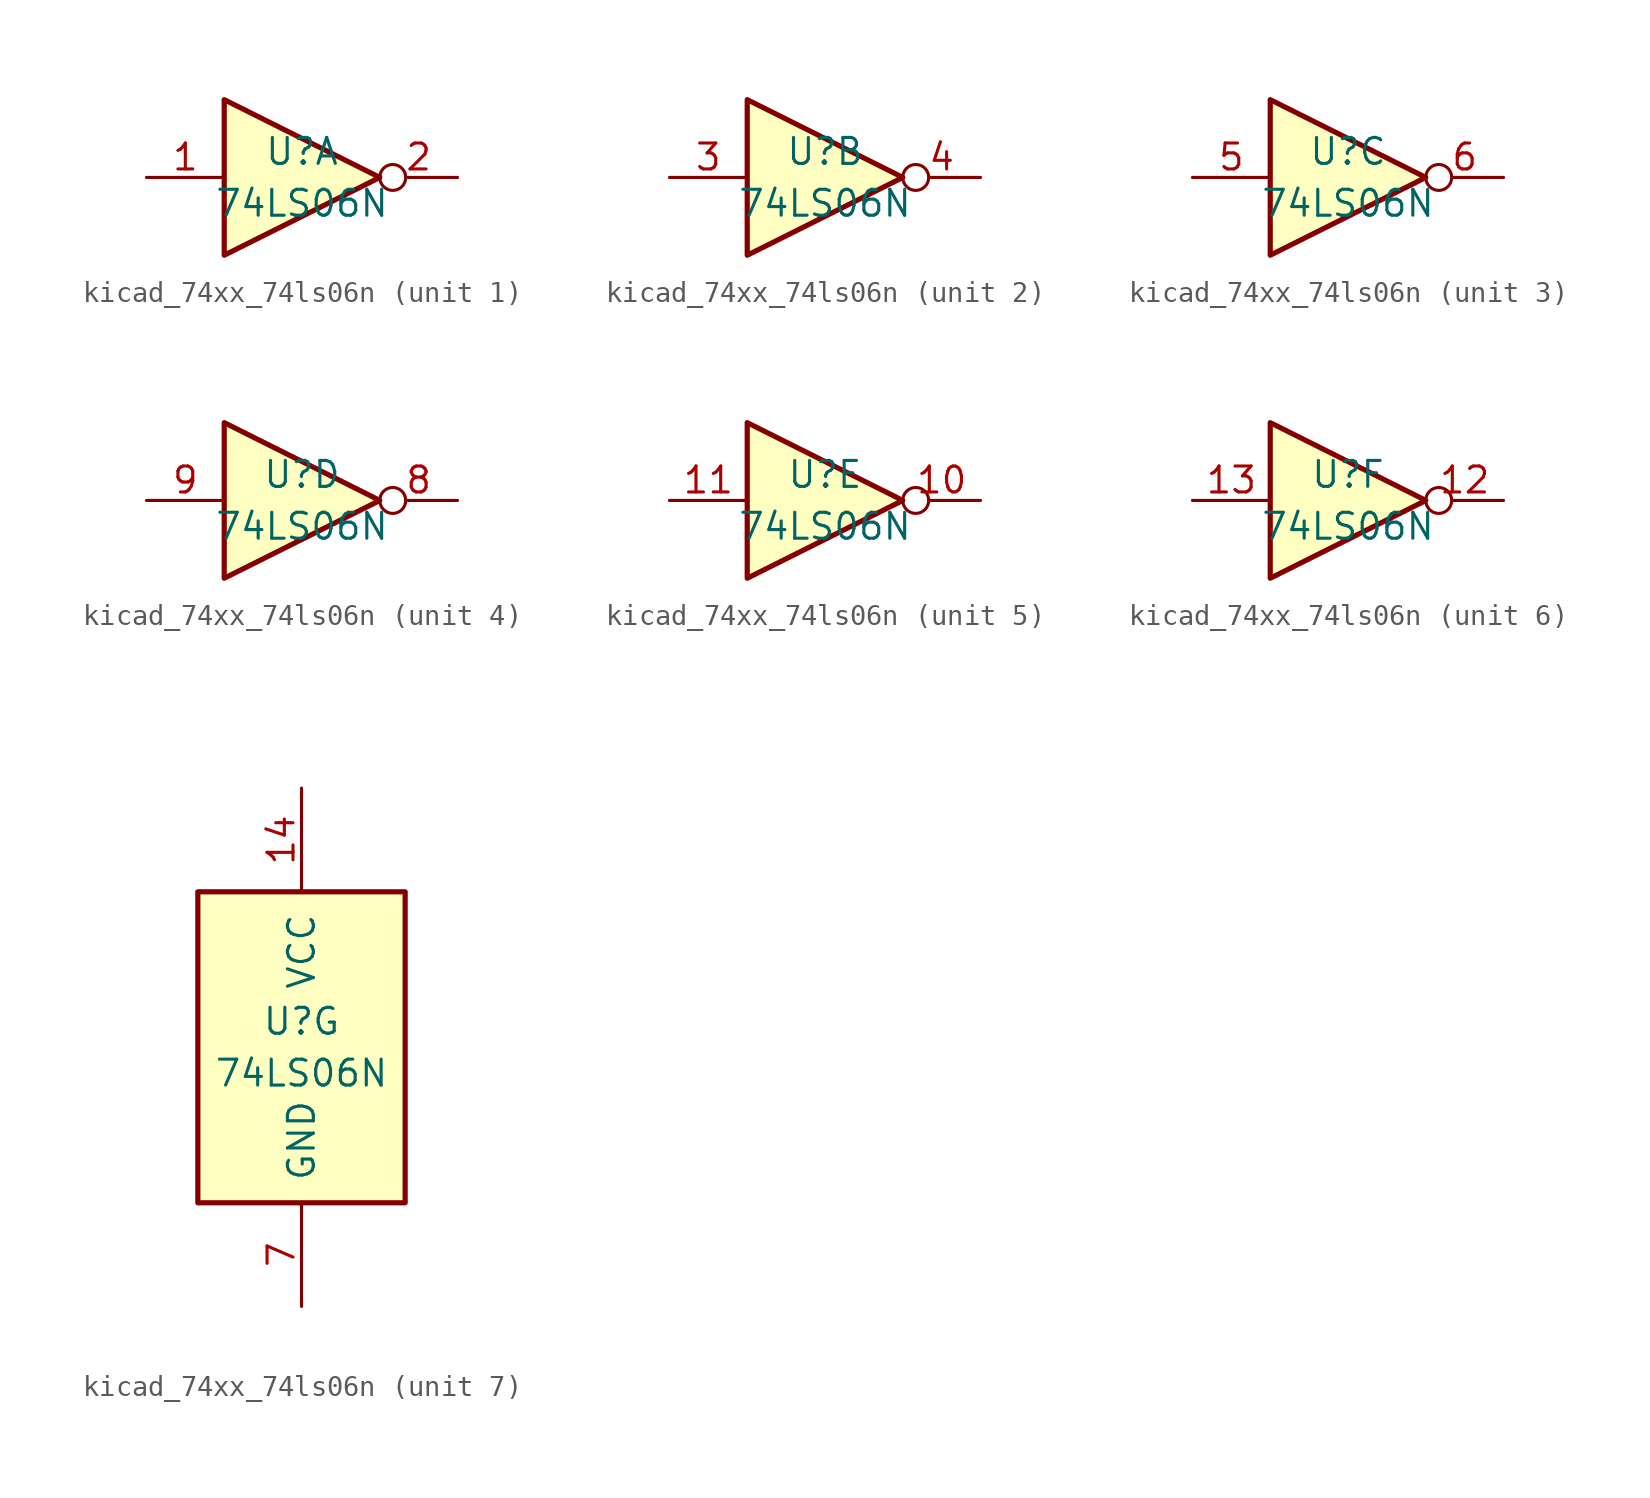
<source format=kicad_sym>
(kicad_symbol_lib
  (version 20220914)
  (generator kicad_symbol_editor)
  (symbol "kicad_74xx_74ls06n"
    (pin_names
      (offset 1.016))
    (property "Reference" "U"
      (at 0 1.27 0)
      (effects (font (size 1.27 1.27))))
    (property "Value" "74LS06N"
      (at 0 -1.27 0)
      (effects (font (size 1.27 1.27))))
    (property "ki_locked" ""
      (at 0 0 0)
      (effects (font (size 1.27 1.27))))
    (symbol "kicad_74xx_74ls06n_1_0"
      (polyline (pts (xy -3.81 3.81) (xy -3.81 -3.81) (xy 3.81 0) (xy -3.81 3.81)) (stroke (width 0.254) (type default)) (fill (type background)))
      (pin input line (at -7.62 0 0) (length 3.81) (name "~" (effects (font (size 1.27 1.27)))) (number "1" (effects (font (size 1.27 1.27)))))
      (pin open_collector inverted (at 7.62 0 180) (length 3.81) (name "~" (effects (font (size 1.27 1.27)))) (number "2" (effects (font (size 1.27 1.27))))))
    (symbol "kicad_74xx_74ls06n_2_0"
      (polyline (pts (xy -3.81 3.81) (xy -3.81 -3.81) (xy 3.81 0) (xy -3.81 3.81)) (stroke (width 0.254) (type default)) (fill (type background)))
      (pin input line (at -7.62 0 0) (length 3.81) (name "~" (effects (font (size 1.27 1.27)))) (number "3" (effects (font (size 1.27 1.27)))))
      (pin open_collector inverted (at 7.62 0 180) (length 3.81) (name "~" (effects (font (size 1.27 1.27)))) (number "4" (effects (font (size 1.27 1.27))))))
    (symbol "kicad_74xx_74ls06n_3_0"
      (polyline (pts (xy -3.81 3.81) (xy -3.81 -3.81) (xy 3.81 0) (xy -3.81 3.81)) (stroke (width 0.254) (type default)) (fill (type background)))
      (pin input line (at -7.62 0 0) (length 3.81) (name "~" (effects (font (size 1.27 1.27)))) (number "5" (effects (font (size 1.27 1.27)))))
      (pin open_collector inverted (at 7.62 0 180) (length 3.81) (name "~" (effects (font (size 1.27 1.27)))) (number "6" (effects (font (size 1.27 1.27))))))
    (symbol "kicad_74xx_74ls06n_4_0"
      (polyline (pts (xy -3.81 3.81) (xy -3.81 -3.81) (xy 3.81 0) (xy -3.81 3.81)) (stroke (width 0.254) (type default)) (fill (type background)))
      (pin open_collector inverted (at 7.62 0 180) (length 3.81) (name "~" (effects (font (size 1.27 1.27)))) (number "8" (effects (font (size 1.27 1.27)))))
      (pin input line (at -7.62 0 0) (length 3.81) (name "~" (effects (font (size 1.27 1.27)))) (number "9" (effects (font (size 1.27 1.27))))))
    (symbol "kicad_74xx_74ls06n_5_0"
      (polyline (pts (xy -3.81 3.81) (xy -3.81 -3.81) (xy 3.81 0) (xy -3.81 3.81)) (stroke (width 0.254) (type default)) (fill (type background)))
      (pin open_collector inverted (at 7.62 0 180) (length 3.81) (name "~" (effects (font (size 1.27 1.27)))) (number "10" (effects (font (size 1.27 1.27)))))
      (pin input line (at -7.62 0 0) (length 3.81) (name "~" (effects (font (size 1.27 1.27)))) (number "11" (effects (font (size 1.27 1.27))))))
    (symbol "kicad_74xx_74ls06n_6_0"
      (polyline (pts (xy -3.81 3.81) (xy -3.81 -3.81) (xy 3.81 0) (xy -3.81 3.81)) (stroke (width 0.254) (type default)) (fill (type background)))
      (pin open_collector inverted (at 7.62 0 180) (length 3.81) (name "~" (effects (font (size 1.27 1.27)))) (number "12" (effects (font (size 1.27 1.27)))))
      (pin input line (at -7.62 0 0) (length 3.81) (name "~" (effects (font (size 1.27 1.27)))) (number "13" (effects (font (size 1.27 1.27))))))
    (symbol "kicad_74xx_74ls06n_7_0"
      (pin power_in line (at 0 12.7 270) (length 5.08) (name "VCC" (effects (font (size 1.27 1.27)))) (number "14" (effects (font (size 1.27 1.27)))))
      (pin power_in line (at 0 -12.7 90) (length 5.08) (name "GND" (effects (font (size 1.27 1.27)))) (number "7" (effects (font (size 1.27 1.27))))))
    (symbol "kicad_74xx_74ls06n_7_1"
      (rectangle (start -5.08 7.62) (end 5.08 -7.62) (stroke (width 0.254) (type default)) (fill (type background))))))
</source>
